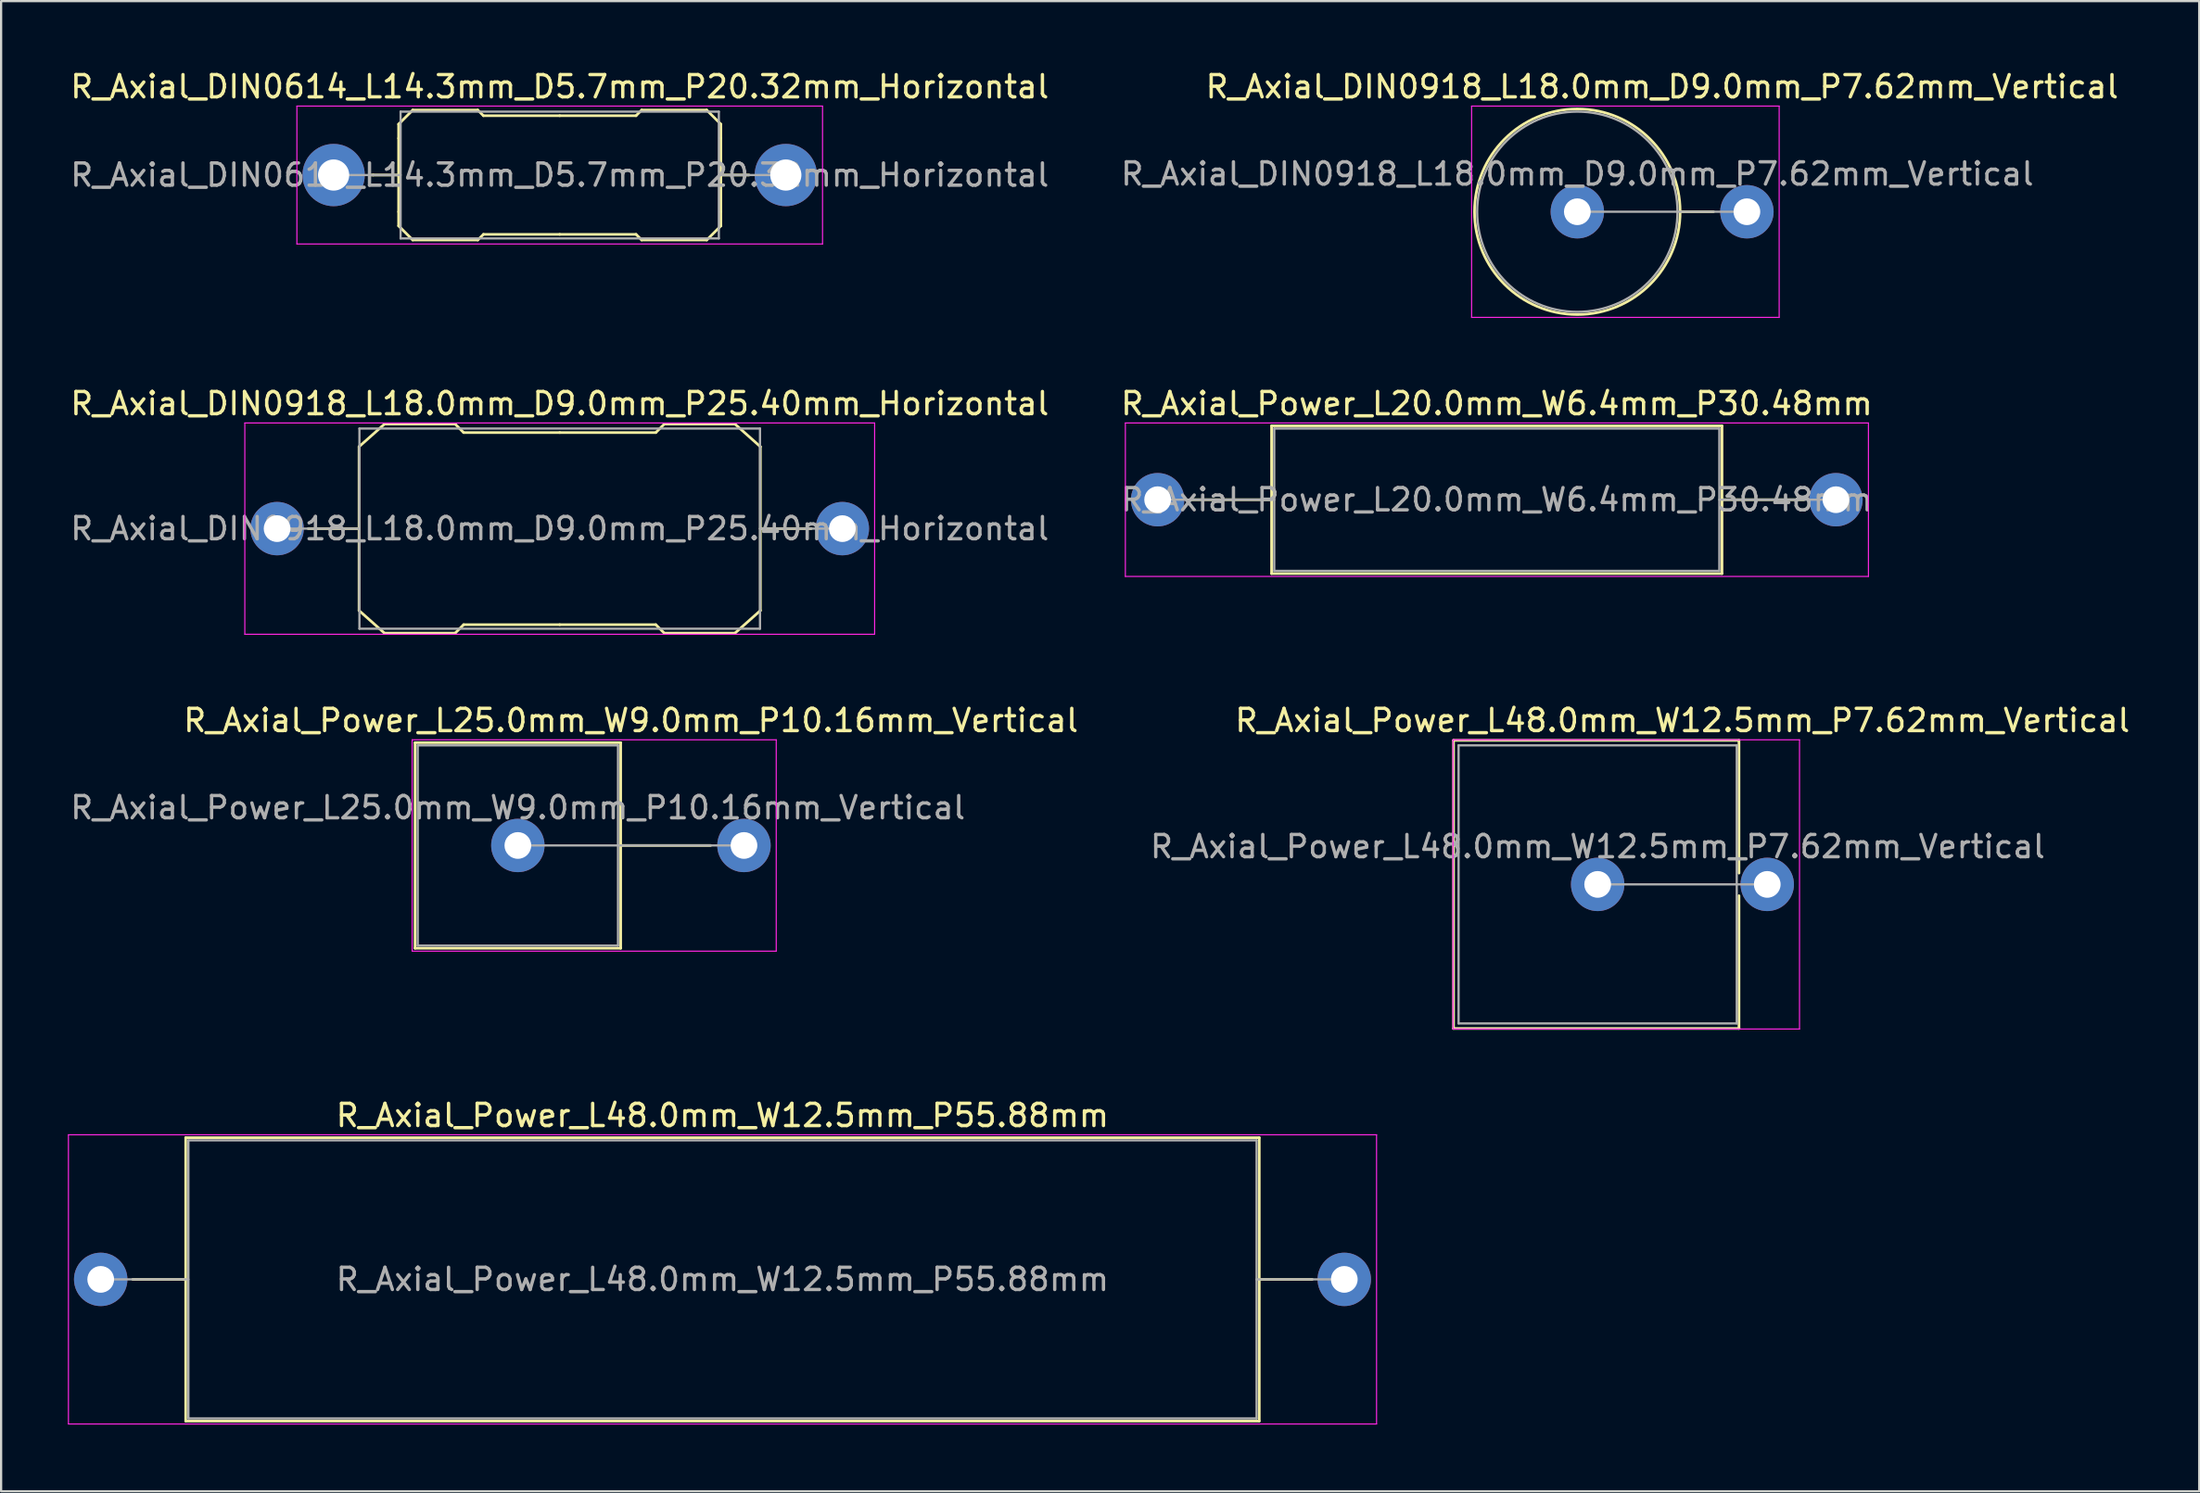
<source format=kicad_pcb>
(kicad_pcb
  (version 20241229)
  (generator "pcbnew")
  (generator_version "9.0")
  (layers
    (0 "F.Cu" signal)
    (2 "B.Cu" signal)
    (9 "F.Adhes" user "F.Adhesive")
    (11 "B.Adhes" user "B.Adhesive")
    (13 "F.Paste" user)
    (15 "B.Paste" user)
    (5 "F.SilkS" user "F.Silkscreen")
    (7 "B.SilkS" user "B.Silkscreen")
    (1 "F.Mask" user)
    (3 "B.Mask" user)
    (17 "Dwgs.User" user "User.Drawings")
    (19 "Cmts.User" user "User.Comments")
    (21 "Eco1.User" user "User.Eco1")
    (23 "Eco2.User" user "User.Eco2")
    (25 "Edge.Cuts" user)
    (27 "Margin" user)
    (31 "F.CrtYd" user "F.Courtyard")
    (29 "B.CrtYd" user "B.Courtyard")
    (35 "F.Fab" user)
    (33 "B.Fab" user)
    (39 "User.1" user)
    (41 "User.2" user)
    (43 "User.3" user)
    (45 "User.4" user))
  (footprint "R_Axial_DIN0918_L18.0mm_D9.0mm_P25.40mm_Horizontal"
    (layer "F.Cu")
    (at 9.401 20.712)
    (property "Reference" "R_Axial_DIN0918_L18.0mm_D9.0mm_P25.40mm_Horizontal" (at 12.7 -5.62 0) (layer "F.SilkS") (effects (font (size 1 1) (thickness 0.15))))
    (attr through_hole)
    (fp_line (start 3.683 -3.683) (end 3.683 3.683) (stroke (width 0.12) (type solid)) (layer "F.SilkS"))
    (fp_line (start 3.683 -3.683) (end 4.826 -4.699) (stroke (width 0.12) (type solid)) (layer "F.SilkS"))
    (fp_line (start 3.683 0) (end 1.397 0) (stroke (width 0.12) (type solid)) (layer "F.SilkS"))
    (fp_line (start 3.683 3.683) (end 4.826 4.699) (stroke (width 0.12) (type solid)) (layer "F.SilkS"))
    (fp_line (start 4.826 -4.699) (end 8.001 -4.699) (stroke (width 0.12) (type solid)) (layer "F.SilkS"))
    (fp_line (start 4.826 4.699) (end 8.001 4.699) (stroke (width 0.12) (type solid)) (layer "F.SilkS"))
    (fp_line (start 8.001 -4.699) (end 8.382 -4.318) (stroke (width 0.12) (type solid)) (layer "F.SilkS"))
    (fp_line (start 8.001 4.699) (end 8.382 4.318) (stroke (width 0.12) (type solid)) (layer "F.SilkS"))
    (fp_line (start 8.382 -4.318) (end 12.7 -4.318) (stroke (width 0.12) (type solid)) (layer "F.SilkS"))
    (fp_line (start 8.382 4.318) (end 12.7 4.318) (stroke (width 0.12) (type solid)) (layer "F.SilkS"))
    (fp_line (start 17.018 -4.318) (end 12.7 -4.318) (stroke (width 0.12) (type solid)) (layer "F.SilkS"))
    (fp_line (start 17.018 4.318) (end 12.7 4.318) (stroke (width 0.12) (type solid)) (layer "F.SilkS"))
    (fp_line (start 17.399 -4.699) (end 17.018 -4.318) (stroke (width 0.12) (type solid)) (layer "F.SilkS"))
    (fp_line (start 17.399 4.699) (end 17.018 4.318) (stroke (width 0.12) (type solid)) (layer "F.SilkS"))
    (fp_line (start 20.574 -4.699) (end 17.399 -4.699) (stroke (width 0.12) (type solid)) (layer "F.SilkS"))
    (fp_line (start 20.574 4.699) (end 17.399 4.699) (stroke (width 0.12) (type solid)) (layer "F.SilkS"))
    (fp_line (start 21.717 -3.683) (end 20.574 -4.699) (stroke (width 0.12) (type solid)) (layer "F.SilkS"))
    (fp_line (start 21.717 -3.683) (end 21.717 3.683) (stroke (width 0.12) (type solid)) (layer "F.SilkS"))
    (fp_line (start 21.717 0) (end 24.003 0) (stroke (width 0.12) (type solid)) (layer "F.SilkS"))
    (fp_line (start 21.717 3.683) (end 20.574 4.699) (stroke (width 0.12) (type solid)) (layer "F.SilkS"))
    (fp_line (start -1.45 -4.75) (end -1.45 4.75) (stroke (width 0.05) (type solid)) (layer "F.CrtYd"))
    (fp_line (start -1.45 4.75) (end 26.85 4.75) (stroke (width 0.05) (type solid)) (layer "F.CrtYd"))
    (fp_line (start 26.85 -4.75) (end -1.45 -4.75) (stroke (width 0.05) (type solid)) (layer "F.CrtYd"))
    (fp_line (start 26.85 4.75) (end 26.85 -4.75) (stroke (width 0.05) (type solid)) (layer "F.CrtYd"))
    (fp_line (start 0 0) (end 3.7 0) (stroke (width 0.1) (type solid)) (layer "F.Fab"))
    (fp_line (start 3.7 -4.5) (end 3.7 4.5) (stroke (width 0.1) (type solid)) (layer "F.Fab"))
    (fp_line (start 3.7 4.5) (end 21.7 4.5) (stroke (width 0.1) (type solid)) (layer "F.Fab"))
    (fp_line (start 21.7 -4.5) (end 3.7 -4.5) (stroke (width 0.1) (type solid)) (layer "F.Fab"))
    (fp_line (start 21.7 4.5) (end 21.7 -4.5) (stroke (width 0.1) (type solid)) (layer "F.Fab"))
    (fp_line (start 25.4 0) (end 21.7 0) (stroke (width 0.1) (type solid)) (layer "F.Fab"))
    (fp_text user "${REFERENCE}" (at 12.7 0 0) (layer "F.Fab") (effects (font (size 1 1) (thickness 0.15))))
    (pad "1" thru_hole circle (at 0 0) (size 2.4 2.4) (drill 1.2) (layers "*.Cu" "*.Mask"))
    (pad "2" thru_hole oval (at 25.4 0) (size 2.4 2.4) (drill 1.2) (layers "*.Cu" "*.Mask")))
  (footprint "R_Axial_Power_L20.0mm_W6.4mm_P30.48mm"
    (layer "F.Cu")
    (at 48.968 19.412)
    (property "Reference" "R_Axial_Power_L20.0mm_W6.4mm_P30.48mm" (at 15.24 -4.32 0) (layer "F.SilkS") (effects (font (size 1 1) (thickness 0.15))))
    (attr through_hole)
    (fp_line (start 1.44 0) (end 5.12 0) (stroke (width 0.12) (type solid)) (layer "F.SilkS"))
    (fp_line (start 5.12 -3.32) (end 5.12 3.32) (stroke (width 0.12) (type solid)) (layer "F.SilkS"))
    (fp_line (start 5.12 3.32) (end 25.36 3.32) (stroke (width 0.12) (type solid)) (layer "F.SilkS"))
    (fp_line (start 25.36 -3.32) (end 5.12 -3.32) (stroke (width 0.12) (type solid)) (layer "F.SilkS"))
    (fp_line (start 25.36 3.32) (end 25.36 -3.32) (stroke (width 0.12) (type solid)) (layer "F.SilkS"))
    (fp_line (start 29.04 0) (end 25.36 0) (stroke (width 0.12) (type solid)) (layer "F.SilkS"))
    (fp_line (start -1.45 -3.45) (end -1.45 3.45) (stroke (width 0.05) (type solid)) (layer "F.CrtYd"))
    (fp_line (start -1.45 3.45) (end 31.94 3.45) (stroke (width 0.05) (type solid)) (layer "F.CrtYd"))
    (fp_line (start 31.94 -3.45) (end -1.45 -3.45) (stroke (width 0.05) (type solid)) (layer "F.CrtYd"))
    (fp_line (start 31.94 3.45) (end 31.94 -3.45) (stroke (width 0.05) (type solid)) (layer "F.CrtYd"))
    (fp_line (start 0 0) (end 5.24 0) (stroke (width 0.1) (type solid)) (layer "F.Fab"))
    (fp_line (start 5.24 -3.2) (end 5.24 3.2) (stroke (width 0.1) (type solid)) (layer "F.Fab"))
    (fp_line (start 5.24 3.2) (end 25.24 3.2) (stroke (width 0.1) (type solid)) (layer "F.Fab"))
    (fp_line (start 25.24 -3.2) (end 5.24 -3.2) (stroke (width 0.1) (type solid)) (layer "F.Fab"))
    (fp_line (start 25.24 3.2) (end 25.24 -3.2) (stroke (width 0.1) (type solid)) (layer "F.Fab"))
    (fp_line (start 30.48 0) (end 25.24 0) (stroke (width 0.1) (type solid)) (layer "F.Fab"))
    (fp_text user "${REFERENCE}" (at 15.24 0 0) (layer "F.Fab") (effects (font (size 1 1) (thickness 0.15))))
    (pad "1" thru_hole circle (at 0 0) (size 2.4 2.4) (drill 1.2) (layers "*.Cu" "*.Mask"))
    (pad "2" thru_hole oval (at 30.48 0) (size 2.4 2.4) (drill 1.2) (layers "*.Cu" "*.Mask")))
  (footprint "R_Axial_Power_L48.0mm_W12.5mm_P55.88mm"
    (layer "F.Cu")
    (at 1.475 54.46)
    (property "Reference" "R_Axial_Power_L48.0mm_W12.5mm_P55.88mm" (at 27.94 -7.37 0) (layer "F.SilkS") (effects (font (size 1 1) (thickness 0.15))))
    (attr through_hole)
    (fp_line (start 1.44 0) (end 3.82 0) (stroke (width 0.12) (type solid)) (layer "F.SilkS"))
    (fp_line (start 3.82 -6.37) (end 3.82 6.37) (stroke (width 0.12) (type solid)) (layer "F.SilkS"))
    (fp_line (start 3.82 6.37) (end 52.06 6.37) (stroke (width 0.12) (type solid)) (layer "F.SilkS"))
    (fp_line (start 52.06 -6.37) (end 3.82 -6.37) (stroke (width 0.12) (type solid)) (layer "F.SilkS"))
    (fp_line (start 52.06 6.37) (end 52.06 -6.37) (stroke (width 0.12) (type solid)) (layer "F.SilkS"))
    (fp_line (start 54.44 0) (end 52.06 0) (stroke (width 0.12) (type solid)) (layer "F.SilkS"))
    (fp_line (start -1.45 -6.5) (end -1.45 6.5) (stroke (width 0.05) (type solid)) (layer "F.CrtYd"))
    (fp_line (start -1.45 6.5) (end 57.33 6.5) (stroke (width 0.05) (type solid)) (layer "F.CrtYd"))
    (fp_line (start 57.33 -6.5) (end -1.45 -6.5) (stroke (width 0.05) (type solid)) (layer "F.CrtYd"))
    (fp_line (start 57.33 6.5) (end 57.33 -6.5) (stroke (width 0.05) (type solid)) (layer "F.CrtYd"))
    (fp_line (start 0 0) (end 3.94 0) (stroke (width 0.1) (type solid)) (layer "F.Fab"))
    (fp_line (start 3.94 -6.25) (end 3.94 6.25) (stroke (width 0.1) (type solid)) (layer "F.Fab"))
    (fp_line (start 3.94 6.25) (end 51.94 6.25) (stroke (width 0.1) (type solid)) (layer "F.Fab"))
    (fp_line (start 51.94 -6.25) (end 3.94 -6.25) (stroke (width 0.1) (type solid)) (layer "F.Fab"))
    (fp_line (start 51.94 6.25) (end 51.94 -6.25) (stroke (width 0.1) (type solid)) (layer "F.Fab"))
    (fp_line (start 55.88 0) (end 51.94 0) (stroke (width 0.1) (type solid)) (layer "F.Fab"))
    (fp_text user "${REFERENCE}" (at 27.94 0 0) (layer "F.Fab") (effects (font (size 1 1) (thickness 0.15))))
    (pad "1" thru_hole circle (at 0 0) (size 2.4 2.4) (drill 1.2) (layers "*.Cu" "*.Mask"))
    (pad "2" thru_hole oval (at 55.88 0) (size 2.4 2.4) (drill 1.2) (layers "*.Cu" "*.Mask")))
  (footprint "R_Axial_Power_L48.0mm_W12.5mm_P7.62mm_Vertical"
    (layer "F.Cu")
    (at 68.741 36.705)
    (property "Reference" "R_Axial_Power_L48.0mm_W12.5mm_P7.62mm_Vertical" (at 3.81 -7.37 0) (layer "F.SilkS") (effects (font (size 1 1) (thickness 0.15))))
    (attr through_hole)
    (fp_line (start -6.477 -6.477) (end -6.477 6.477) (stroke (width 0.12) (type solid)) (layer "F.SilkS"))
    (fp_line (start -6.477 6.477) (end 6.35 6.477) (stroke (width 0.12) (type solid)) (layer "F.SilkS"))
    (fp_line (start 6.35 -6.477) (end -6.477 -6.477) (stroke (width 0.12) (type solid)) (layer "F.SilkS"))
    (fp_line (start 6.35 -0.508) (end 6.35 -6.477) (stroke (width 0.12) (type solid)) (layer "F.SilkS"))
    (fp_line (start 6.35 6.477) (end 6.35 0.508) (stroke (width 0.12) (type solid)) (layer "F.SilkS"))
    (fp_line (start -6.5 -6.5) (end -6.5 6.5) (stroke (width 0.05) (type solid)) (layer "F.CrtYd"))
    (fp_line (start -6.5 6.5) (end 9.07 6.5) (stroke (width 0.05) (type solid)) (layer "F.CrtYd"))
    (fp_line (start 9.07 -6.5) (end -6.5 -6.5) (stroke (width 0.05) (type solid)) (layer "F.CrtYd"))
    (fp_line (start 9.07 6.5) (end 9.07 -6.5) (stroke (width 0.05) (type solid)) (layer "F.CrtYd"))
    (fp_line (start -6.25 -6.25) (end -6.25 6.25) (stroke (width 0.1) (type solid)) (layer "F.Fab"))
    (fp_line (start -6.25 6.25) (end 6.25 6.25) (stroke (width 0.1) (type solid)) (layer "F.Fab"))
    (fp_line (start 0 0) (end 7.62 0) (stroke (width 0.1) (type solid)) (layer "F.Fab"))
    (fp_line (start 6.25 -6.25) (end -6.25 -6.25) (stroke (width 0.1) (type solid)) (layer "F.Fab"))
    (fp_line (start 6.25 6.25) (end 6.25 -6.25) (stroke (width 0.1) (type solid)) (layer "F.Fab"))
    (fp_text user "${REFERENCE}" (at 0 -1.7 0) (layer "F.Fab") (effects (font (size 1 1) (thickness 0.15))))
    (pad "1" thru_hole circle (at 0 0) (size 2.4 2.4) (drill 1.2) (layers "*.Cu" "*.Mask"))
    (pad "2" thru_hole oval (at 7.62 0) (size 2.4 2.4) (drill 1.2) (layers "*.Cu" "*.Mask")))
  (footprint "R_Axial_DIN0614_L14.3mm_D5.7mm_P20.32mm_Horizontal"
    (layer "F.Cu")
    (at 11.941 4.818)
    (property "Reference" "R_Axial_DIN0614_L14.3mm_D5.7mm_P20.32mm_Horizontal" (at 10.16 -3.97 0) (layer "F.SilkS") (effects (font (size 1 1) (thickness 0.15))))
    (attr through_hole)
    (fp_line (start 1.778 0) (end 1.651 0) (stroke (width 0.12) (type solid)) (layer "F.SilkS"))
    (fp_line (start 1.778 0) (end 2.921 0) (stroke (width 0.12) (type solid)) (layer "F.SilkS"))
    (fp_line (start 2.921 -2.286) (end 2.921 -1.651) (stroke (width 0.12) (type solid)) (layer "F.SilkS"))
    (fp_line (start 2.921 -2.286) (end 3.556 -2.921) (stroke (width 0.12) (type solid)) (layer "F.SilkS"))
    (fp_line (start 2.921 1.651) (end 2.921 -1.651) (stroke (width 0.12) (type solid)) (layer "F.SilkS"))
    (fp_line (start 2.921 2.286) (end 2.921 1.651) (stroke (width 0.12) (type solid)) (layer "F.SilkS"))
    (fp_line (start 2.921 2.286) (end 3.556 2.921) (stroke (width 0.12) (type solid)) (layer "F.SilkS"))
    (fp_line (start 3.556 -2.921) (end 6.477 -2.921) (stroke (width 0.12) (type solid)) (layer "F.SilkS"))
    (fp_line (start 3.556 2.921) (end 6.477 2.921) (stroke (width 0.12) (type solid)) (layer "F.SilkS"))
    (fp_line (start 6.477 -2.921) (end 6.731 -2.667) (stroke (width 0.12) (type solid)) (layer "F.SilkS"))
    (fp_line (start 6.477 2.921) (end 6.731 2.667) (stroke (width 0.12) (type solid)) (layer "F.SilkS"))
    (fp_line (start 6.731 -2.667) (end 10.16 -2.667) (stroke (width 0.12) (type solid)) (layer "F.SilkS"))
    (fp_line (start 6.731 2.667) (end 10.16 2.667) (stroke (width 0.12) (type solid)) (layer "F.SilkS"))
    (fp_line (start 13.589 -2.667) (end 10.16 -2.667) (stroke (width 0.12) (type solid)) (layer "F.SilkS"))
    (fp_line (start 13.589 2.667) (end 10.16 2.667) (stroke (width 0.12) (type solid)) (layer "F.SilkS"))
    (fp_line (start 13.843 -2.921) (end 13.589 -2.667) (stroke (width 0.12) (type solid)) (layer "F.SilkS"))
    (fp_line (start 13.843 2.921) (end 13.589 2.667) (stroke (width 0.12) (type solid)) (layer "F.SilkS"))
    (fp_line (start 16.764 -2.921) (end 13.843 -2.921) (stroke (width 0.12) (type solid)) (layer "F.SilkS"))
    (fp_line (start 16.764 2.921) (end 13.843 2.921) (stroke (width 0.12) (type solid)) (layer "F.SilkS"))
    (fp_line (start 17.399 -2.286) (end 16.764 -2.921) (stroke (width 0.12) (type solid)) (layer "F.SilkS"))
    (fp_line (start 17.399 -2.286) (end 17.399 -1.651) (stroke (width 0.12) (type solid)) (layer "F.SilkS"))
    (fp_line (start 17.399 0) (end 18.669 0) (stroke (width 0.12) (type solid)) (layer "F.SilkS"))
    (fp_line (start 17.399 1.651) (end 17.399 -1.651) (stroke (width 0.12) (type solid)) (layer "F.SilkS"))
    (fp_line (start 17.399 2.286) (end 16.764 2.921) (stroke (width 0.12) (type solid)) (layer "F.SilkS"))
    (fp_line (start 17.399 2.286) (end 17.399 1.651) (stroke (width 0.12) (type solid)) (layer "F.SilkS"))
    (fp_line (start -1.65 -3.1) (end -1.65 3.1) (stroke (width 0.05) (type solid)) (layer "F.CrtYd"))
    (fp_line (start -1.65 3.1) (end 21.97 3.1) (stroke (width 0.05) (type solid)) (layer "F.CrtYd"))
    (fp_line (start 21.97 -3.1) (end -1.65 -3.1) (stroke (width 0.05) (type solid)) (layer "F.CrtYd"))
    (fp_line (start 21.97 3.1) (end 21.97 -3.1) (stroke (width 0.05) (type solid)) (layer "F.CrtYd"))
    (fp_line (start 0 0) (end 3.01 0) (stroke (width 0.1) (type solid)) (layer "F.Fab"))
    (fp_line (start 3.01 -2.85) (end 3.01 2.85) (stroke (width 0.1) (type solid)) (layer "F.Fab"))
    (fp_line (start 3.01 2.85) (end 17.31 2.85) (stroke (width 0.1) (type solid)) (layer "F.Fab"))
    (fp_line (start 17.31 -2.85) (end 3.01 -2.85) (stroke (width 0.1) (type solid)) (layer "F.Fab"))
    (fp_line (start 17.31 2.85) (end 17.31 -2.85) (stroke (width 0.1) (type solid)) (layer "F.Fab"))
    (fp_line (start 20.32 0) (end 17.31 0) (stroke (width 0.1) (type solid)) (layer "F.Fab"))
    (fp_text user "${REFERENCE}" (at 10.16 0 0) (layer "F.Fab") (effects (font (size 1 1) (thickness 0.15))))
    (pad "1" thru_hole circle (at 0 0) (size 2.8 2.8) (drill 1.4) (layers "*.Cu" "*.Mask"))
    (pad "2" thru_hole oval (at 20.32 0) (size 2.8 2.8) (drill 1.4) (layers "*.Cu" "*.Mask")))
  (footprint "R_Axial_DIN0918_L18.0mm_D9.0mm_P7.62mm_Vertical"
    (layer "F.Cu")
    (at 67.827 6.468)
    (property "Reference" "R_Axial_DIN0918_L18.0mm_D9.0mm_P7.62mm_Vertical" (at 3.81 -5.62 0) (layer "F.SilkS") (effects (font (size 1 1) (thickness 0.15))))
    (attr through_hole)
    (fp_line (start 4.62 0) (end 6.12 0) (stroke (width 0.12) (type solid)) (layer "F.SilkS"))
    (fp_circle (center 0 0) (end 4.62 0) (stroke (width 0.12) (type solid)) (fill no) (layer "F.SilkS"))
    (fp_line (start -4.75 -4.75) (end -4.75 4.75) (stroke (width 0.05) (type solid)) (layer "F.CrtYd"))
    (fp_line (start -4.75 4.75) (end 9.07 4.75) (stroke (width 0.05) (type solid)) (layer "F.CrtYd"))
    (fp_line (start 9.07 -4.75) (end -4.75 -4.75) (stroke (width 0.05) (type solid)) (layer "F.CrtYd"))
    (fp_line (start 9.07 4.75) (end 9.07 -4.75) (stroke (width 0.05) (type solid)) (layer "F.CrtYd"))
    (fp_line (start 0 0) (end 7.62 0) (stroke (width 0.1) (type solid)) (layer "F.Fab"))
    (fp_circle (center 0 0) (end 4.5 0) (stroke (width 0.1) (type solid)) (fill no) (layer "F.Fab"))
    (fp_text user "${REFERENCE}" (at 0 -1.7 0) (layer "F.Fab") (effects (font (size 1 1) (thickness 0.15))))
    (pad "1" thru_hole circle (at 0 0) (size 2.4 2.4) (drill 1.2) (layers "*.Cu" "*.Mask"))
    (pad "2" thru_hole oval (at 7.62 0) (size 2.4 2.4) (drill 1.2) (layers "*.Cu" "*.Mask")))
  (footprint "R_Axial_Power_L25.0mm_W9.0mm_P10.16mm_Vertical"
    (layer "F.Cu")
    (at 20.22 34.955)
    (property "Reference" "R_Axial_Power_L25.0mm_W9.0mm_P10.16mm_Vertical" (at 5.08 -5.62 0) (layer "F.SilkS") (effects (font (size 1 1) (thickness 0.15))))
    (attr through_hole)
    (fp_line (start -4.62 -4.62) (end -4.62 4.62) (stroke (width 0.12) (type solid)) (layer "F.SilkS"))
    (fp_line (start -4.62 4.62) (end 4.62 4.62) (stroke (width 0.12) (type solid)) (layer "F.SilkS"))
    (fp_line (start 4.62 -4.62) (end -4.62 -4.62) (stroke (width 0.12) (type solid)) (layer "F.SilkS"))
    (fp_line (start 4.62 0) (end 8.66 0) (stroke (width 0.12) (type solid)) (layer "F.SilkS"))
    (fp_line (start 4.62 4.62) (end 4.62 -4.62) (stroke (width 0.12) (type solid)) (layer "F.SilkS"))
    (fp_line (start -4.75 -4.75) (end -4.75 4.75) (stroke (width 0.05) (type solid)) (layer "F.CrtYd"))
    (fp_line (start -4.75 4.75) (end 11.61 4.75) (stroke (width 0.05) (type solid)) (layer "F.CrtYd"))
    (fp_line (start 11.61 -4.75) (end -4.75 -4.75) (stroke (width 0.05) (type solid)) (layer "F.CrtYd"))
    (fp_line (start 11.61 4.75) (end 11.61 -4.75) (stroke (width 0.05) (type solid)) (layer "F.CrtYd"))
    (fp_line (start -4.5 -4.5) (end -4.5 4.5) (stroke (width 0.1) (type solid)) (layer "F.Fab"))
    (fp_line (start -4.5 4.5) (end 4.5 4.5) (stroke (width 0.1) (type solid)) (layer "F.Fab"))
    (fp_line (start 0 0) (end 10.16 0) (stroke (width 0.1) (type solid)) (layer "F.Fab"))
    (fp_line (start 4.5 -4.5) (end -4.5 -4.5) (stroke (width 0.1) (type solid)) (layer "F.Fab"))
    (fp_line (start 4.5 4.5) (end 4.5 -4.5) (stroke (width 0.1) (type solid)) (layer "F.Fab"))
    (fp_text user "${REFERENCE}" (at 0 -1.7 0) (layer "F.Fab") (effects (font (size 1 1) (thickness 0.15))))
    (pad "1" thru_hole circle (at 0 0) (size 2.4 2.4) (drill 1.2) (layers "*.Cu" "*.Mask"))
    (pad "2" thru_hole oval (at 10.16 0) (size 2.4 2.4) (drill 1.2) (layers "*.Cu" "*.Mask")))
  (gr_rect
    (start -3 -3)
    (end 95.771 63.985)
    (stroke (width 0.1) (type default))
    (fill no)
    (layer "Edge.Cuts")))
</source>
